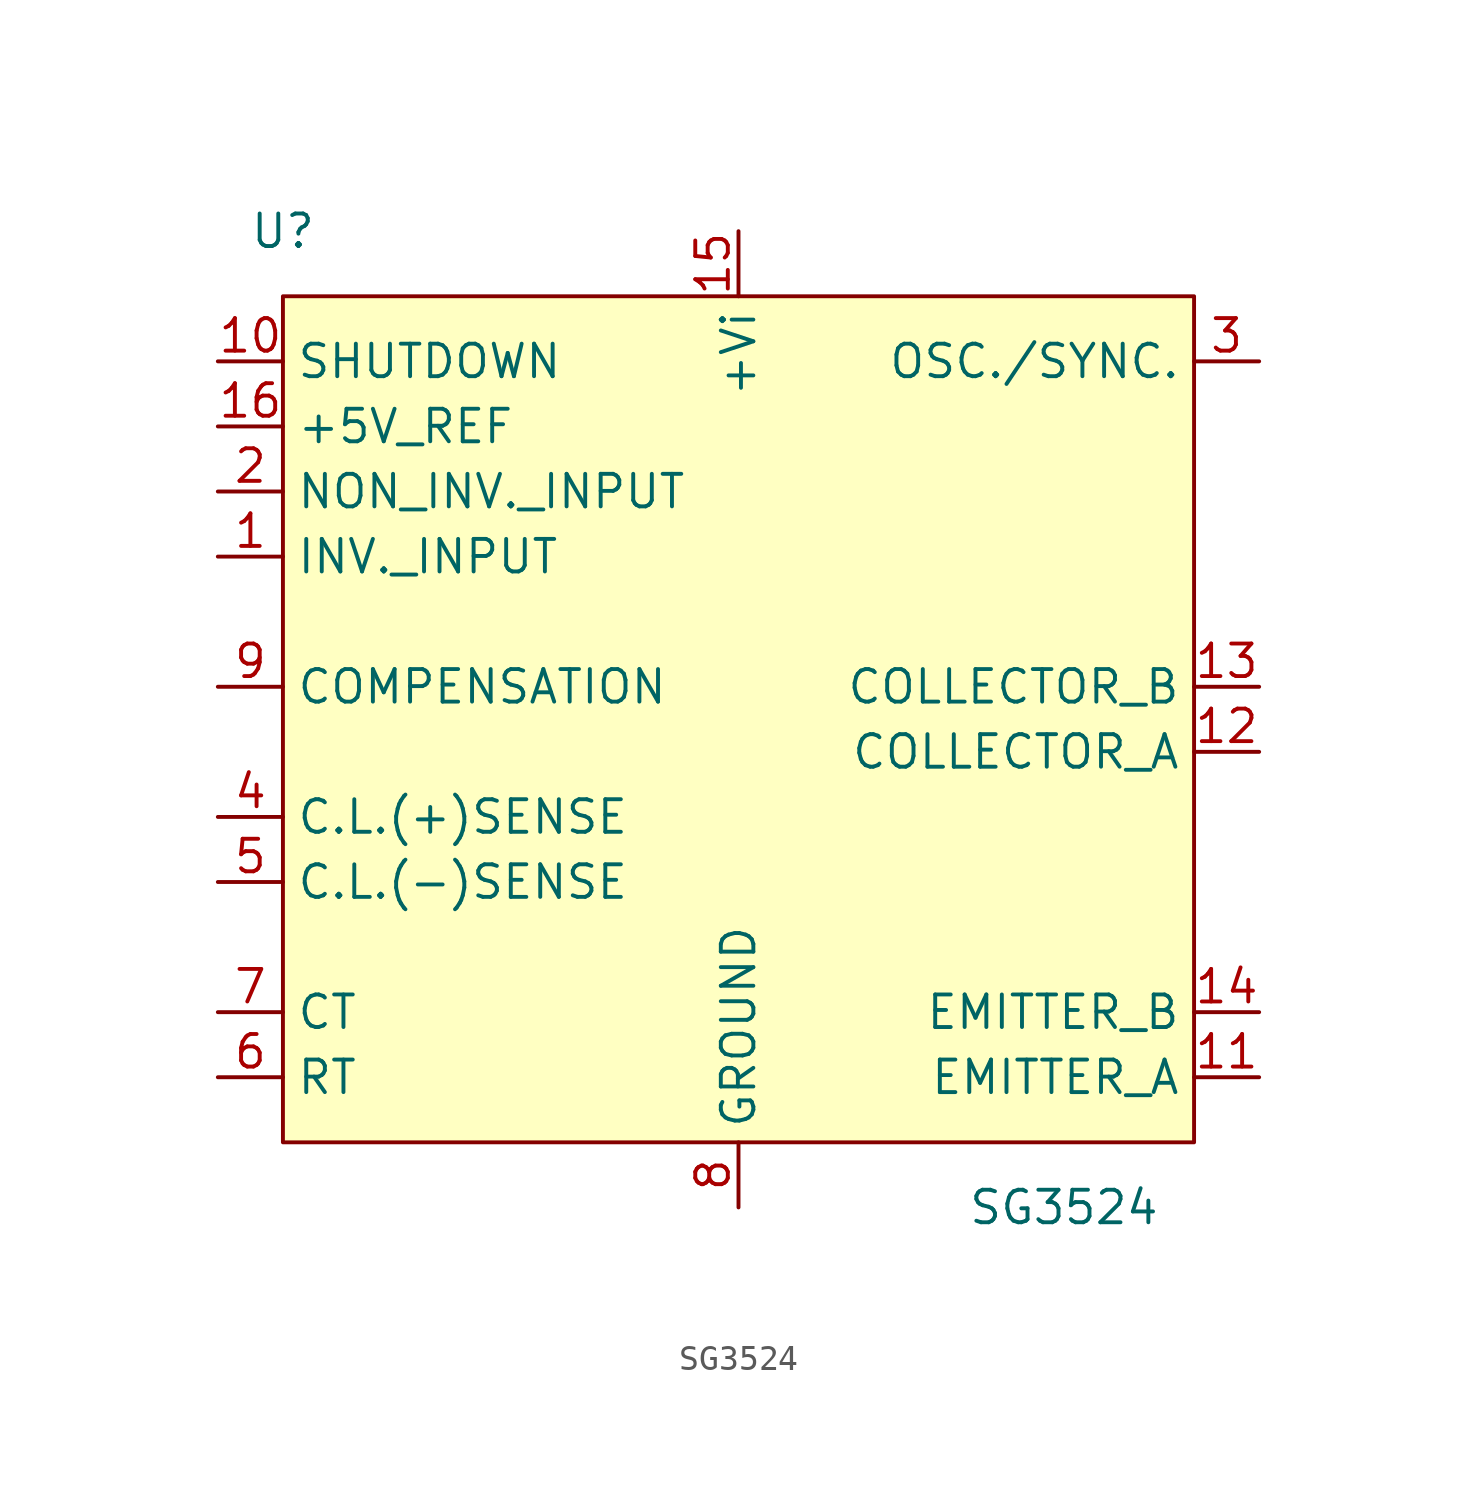
<source format=kicad_sym>
(kicad_symbol_lib
  (version 20211014)
  (generator kicad_symbol_editor)
  (symbol "SG3524"
    (property "Reference" "U"
      (at -17.78 17.78 0)
      (effects (font (size 1.27 1.27))))
    (property "Value" "SG3524"
      (at 12.7 -20.32 0)
      (effects (font (size 1.27 1.27))))
    (symbol "SG3524_0_0"
      (pin passive line (at -20.32 5.08 0) (length 2.54) (name "INV._INPUT" (effects (font (size 1.27 1.27)))) (number "1" (effects (font (size 1.27 1.27)))))
      (pin passive line (at -20.32 12.7 0) (length 2.54) (name "SHUTDOWN" (effects (font (size 1.27 1.27)))) (number "10" (effects (font (size 1.27 1.27)))))
      (pin passive line (at 20.32 -15.24 180) (length 2.54) (name "EMITTER_A" (effects (font (size 1.27 1.27)))) (number "11" (effects (font (size 1.27 1.27)))))
      (pin passive line (at 20.32 -2.54 180) (length 2.54) (name "COLLECTOR_A" (effects (font (size 1.27 1.27)))) (number "12" (effects (font (size 1.27 1.27)))))
      (pin passive line (at 20.32 0 180) (length 2.54) (name "COLLECTOR_B" (effects (font (size 1.27 1.27)))) (number "13" (effects (font (size 1.27 1.27)))))
      (pin passive line (at 20.32 -12.7 180) (length 2.54) (name "EMITTER_B" (effects (font (size 1.27 1.27)))) (number "14" (effects (font (size 1.27 1.27)))))
      (pin passive line (at 0 17.78 270) (length 2.54) (name "+Vi" (effects (font (size 1.27 1.27)))) (number "15" (effects (font (size 1.27 1.27)))))
      (pin passive line (at -20.32 10.16 0) (length 2.54) (name "+5V_REF" (effects (font (size 1.27 1.27)))) (number "16" (effects (font (size 1.27 1.27)))))
      (pin passive line (at -20.32 7.62 0) (length 2.54) (name "NON_INV._INPUT" (effects (font (size 1.27 1.27)))) (number "2" (effects (font (size 1.27 1.27)))))
      (pin passive line (at 20.32 12.7 180) (length 2.54) (name "OSC./SYNC." (effects (font (size 1.27 1.27)))) (number "3" (effects (font (size 1.27 1.27)))))
      (pin passive line (at -20.32 -5.08 0) (length 2.54) (name "C.L.(+)SENSE" (effects (font (size 1.27 1.27)))) (number "4" (effects (font (size 1.27 1.27)))))
      (pin passive line (at -20.32 -7.62 0) (length 2.54) (name "C.L.(-)SENSE" (effects (font (size 1.27 1.27)))) (number "5" (effects (font (size 1.27 1.27)))))
      (pin passive line (at -20.32 -15.24 0) (length 2.54) (name "RT" (effects (font (size 1.27 1.27)))) (number "6" (effects (font (size 1.27 1.27)))))
      (pin passive line (at -20.32 -12.7 0) (length 2.54) (name "CT" (effects (font (size 1.27 1.27)))) (number "7" (effects (font (size 1.27 1.27)))))
      (pin passive line (at 0 -20.32 90) (length 2.54) (name "GROUND" (effects (font (size 1.27 1.27)))) (number "8" (effects (font (size 1.27 1.27)))))
      (pin passive line (at -20.32 0 0) (length 2.54) (name "COMPENSATION" (effects (font (size 1.27 1.27)))) (number "9" (effects (font (size 1.27 1.27))))))
    (symbol "SG3524_0_1"
      (rectangle (start -17.78 15.24) (end 17.78 -17.78) (stroke (width 0) (type default) (color 0 0 0 0)) (fill (type background))))))
</source>
